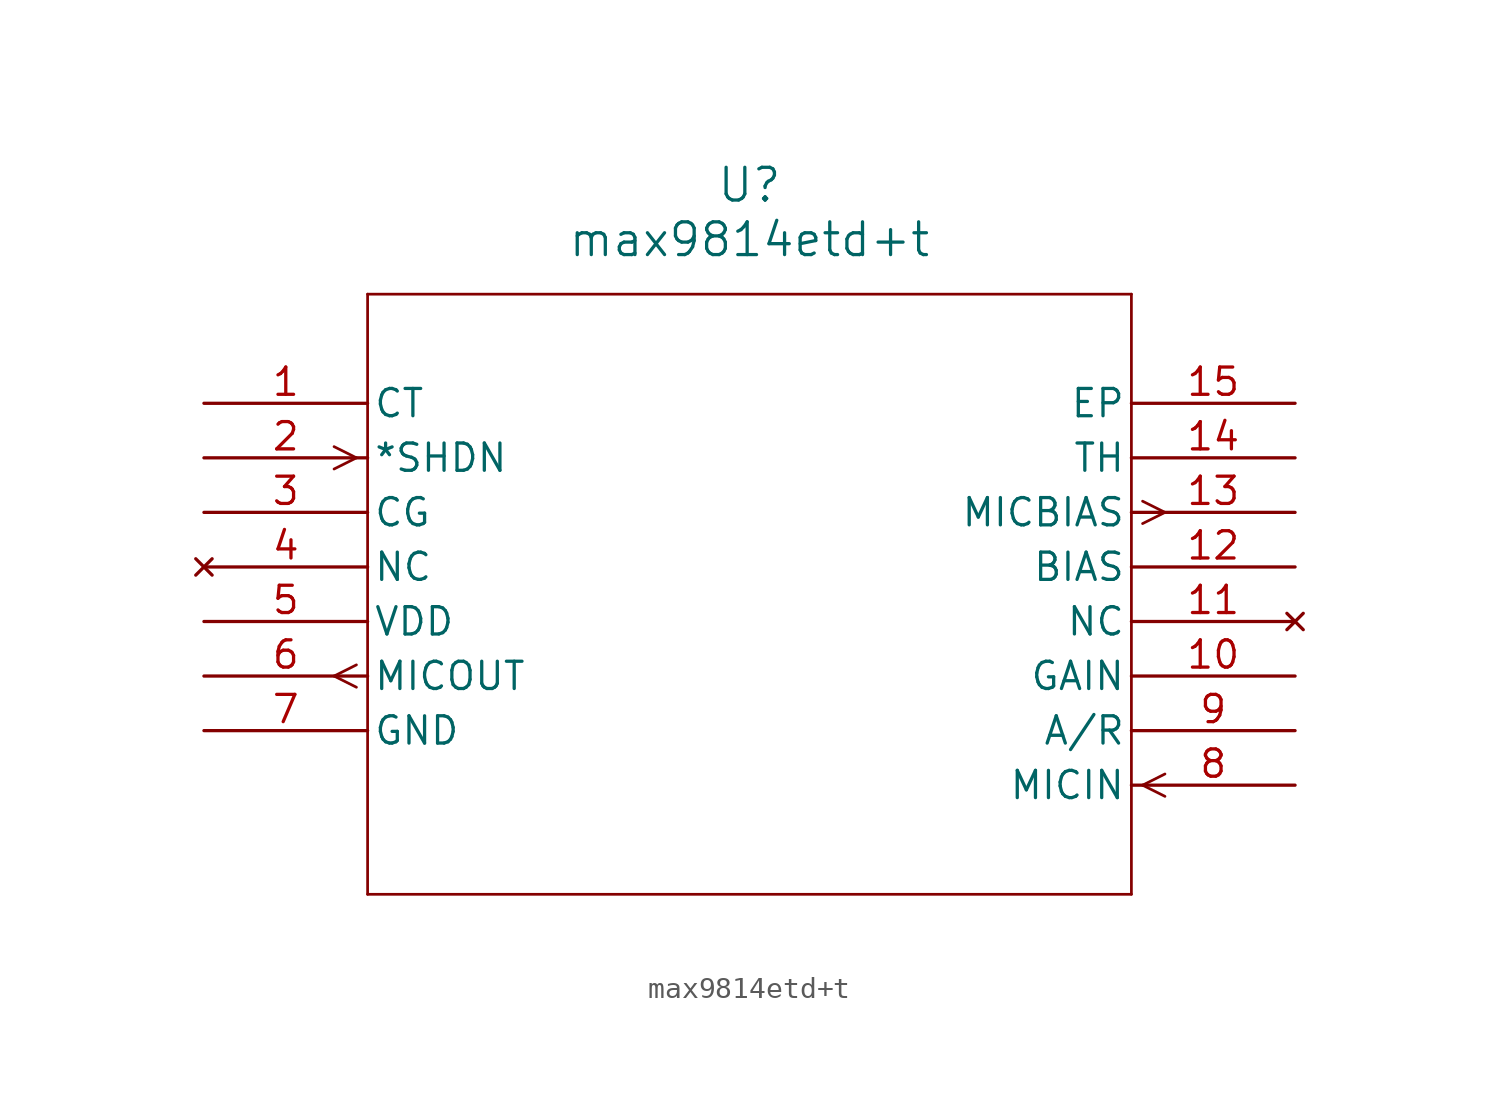
<source format=kicad_sym>
(kicad_symbol_lib
  (version 20211014)
  (generator kicad_symbol_editor)
  (symbol "max9814etd+t"
    (pin_names
      (offset 0.254))
    (property "Reference" "U"
      (at 25.4 10.16 0)
      (effects (font (size 1.524 1.524))))
    (property "Value" "max9814etd+t"
      (at 25.4 7.62 0)
      (effects (font (size 1.524 1.524))))
    (symbol "max9814etd+t_0_1"
      (polyline (pts (xy 7.099 -2.54) (xy 6.058 -2.019)) (stroke (width 0.127) (type default) (color 0 0 0 0)) (fill (type none)))
      (polyline (pts (xy 7.099 -2.54) (xy 6.058 -3.061)) (stroke (width 0.127) (type default) (color 0 0 0 0)) (fill (type none)))
      (polyline (pts (xy 7.099 -12.179) (xy 6.058 -12.7)) (stroke (width 0.127) (type default) (color 0 0 0 0)) (fill (type none)))
      (polyline (pts (xy 7.099 -13.221) (xy 6.058 -12.7)) (stroke (width 0.127) (type default) (color 0 0 0 0)) (fill (type none)))
      (polyline (pts (xy 43.701 -17.78) (xy 44.742 -17.259)) (stroke (width 0.127) (type default) (color 0 0 0 0)) (fill (type none)))
      (polyline (pts (xy 43.701 -17.78) (xy 44.742 -18.301)) (stroke (width 0.127) (type default) (color 0 0 0 0)) (fill (type none)))
      (polyline (pts (xy 43.701 -4.559) (xy 44.742 -5.08)) (stroke (width 0.127) (type default) (color 0 0 0 0)) (fill (type none)))
      (polyline (pts (xy 43.701 -5.601) (xy 44.742 -5.08)) (stroke (width 0.127) (type default) (color 0 0 0 0)) (fill (type none)))
      (polyline (pts (xy 7.62 5.08) (xy 7.62 -22.86)) (stroke (width 0.127) (type default) (color 0 0 0 0)) (fill (type none)))
      (polyline (pts (xy 7.62 -22.86) (xy 43.18 -22.86)) (stroke (width 0.127) (type default) (color 0 0 0 0)) (fill (type none)))
      (polyline (pts (xy 43.18 -22.86) (xy 43.18 5.08)) (stroke (width 0.127) (type default) (color 0 0 0 0)) (fill (type none)))
      (polyline (pts (xy 43.18 5.08) (xy 7.62 5.08)) (stroke (width 0.127) (type default) (color 0 0 0 0)) (fill (type none)))
      (pin unspecified line (at 0 0 0) (length 7.62) (name "CT" (effects (font (size 1.27 1.27)))) (number "1" (effects (font (size 1.27 1.27)))))
      (pin input line (at 0 -2.54 0) (length 7.62) (name "*SHDN" (effects (font (size 1.27 1.27)))) (number "2" (effects (font (size 1.27 1.27)))))
      (pin unspecified line (at 0 -5.08 0) (length 7.62) (name "CG" (effects (font (size 1.27 1.27)))) (number "3" (effects (font (size 1.27 1.27)))))
      (pin no_connect line (at 0 -7.62 0) (length 7.62) (name "NC" (effects (font (size 1.27 1.27)))) (number "4" (effects (font (size 1.27 1.27)))))
      (pin power_in line (at 0 -10.16 0) (length 7.62) (name "VDD" (effects (font (size 1.27 1.27)))) (number "5" (effects (font (size 1.27 1.27)))))
      (pin output line (at 0 -12.7 0) (length 7.62) (name "MICOUT" (effects (font (size 1.27 1.27)))) (number "6" (effects (font (size 1.27 1.27)))))
      (pin power_in line (at 0 -15.24 0) (length 7.62) (name "GND" (effects (font (size 1.27 1.27)))) (number "7" (effects (font (size 1.27 1.27)))))
      (pin input line (at 50.8 -17.78 180) (length 7.62) (name "MICIN" (effects (font (size 1.27 1.27)))) (number "8" (effects (font (size 1.27 1.27)))))
      (pin unspecified line (at 50.8 -15.24 180) (length 7.62) (name "A/R" (effects (font (size 1.27 1.27)))) (number "9" (effects (font (size 1.27 1.27)))))
      (pin unspecified line (at 50.8 -12.7 180) (length 7.62) (name "GAIN" (effects (font (size 1.27 1.27)))) (number "10" (effects (font (size 1.27 1.27)))))
      (pin no_connect line (at 50.8 -10.16 180) (length 7.62) (name "NC" (effects (font (size 1.27 1.27)))) (number "11" (effects (font (size 1.27 1.27)))))
      (pin unspecified line (at 50.8 -7.62 180) (length 7.62) (name "BIAS" (effects (font (size 1.27 1.27)))) (number "12" (effects (font (size 1.27 1.27)))))
      (pin output line (at 50.8 -5.08 180) (length 7.62) (name "MICBIAS" (effects (font (size 1.27 1.27)))) (number "13" (effects (font (size 1.27 1.27)))))
      (pin unspecified line (at 50.8 -2.54 180) (length 7.62) (name "TH" (effects (font (size 1.27 1.27)))) (number "14" (effects (font (size 1.27 1.27)))))
      (pin unspecified line (at 50.8 0 180) (length 7.62) (name "EP" (effects (font (size 1.27 1.27)))) (number "15" (effects (font (size 1.27 1.27))))))))
</source>
